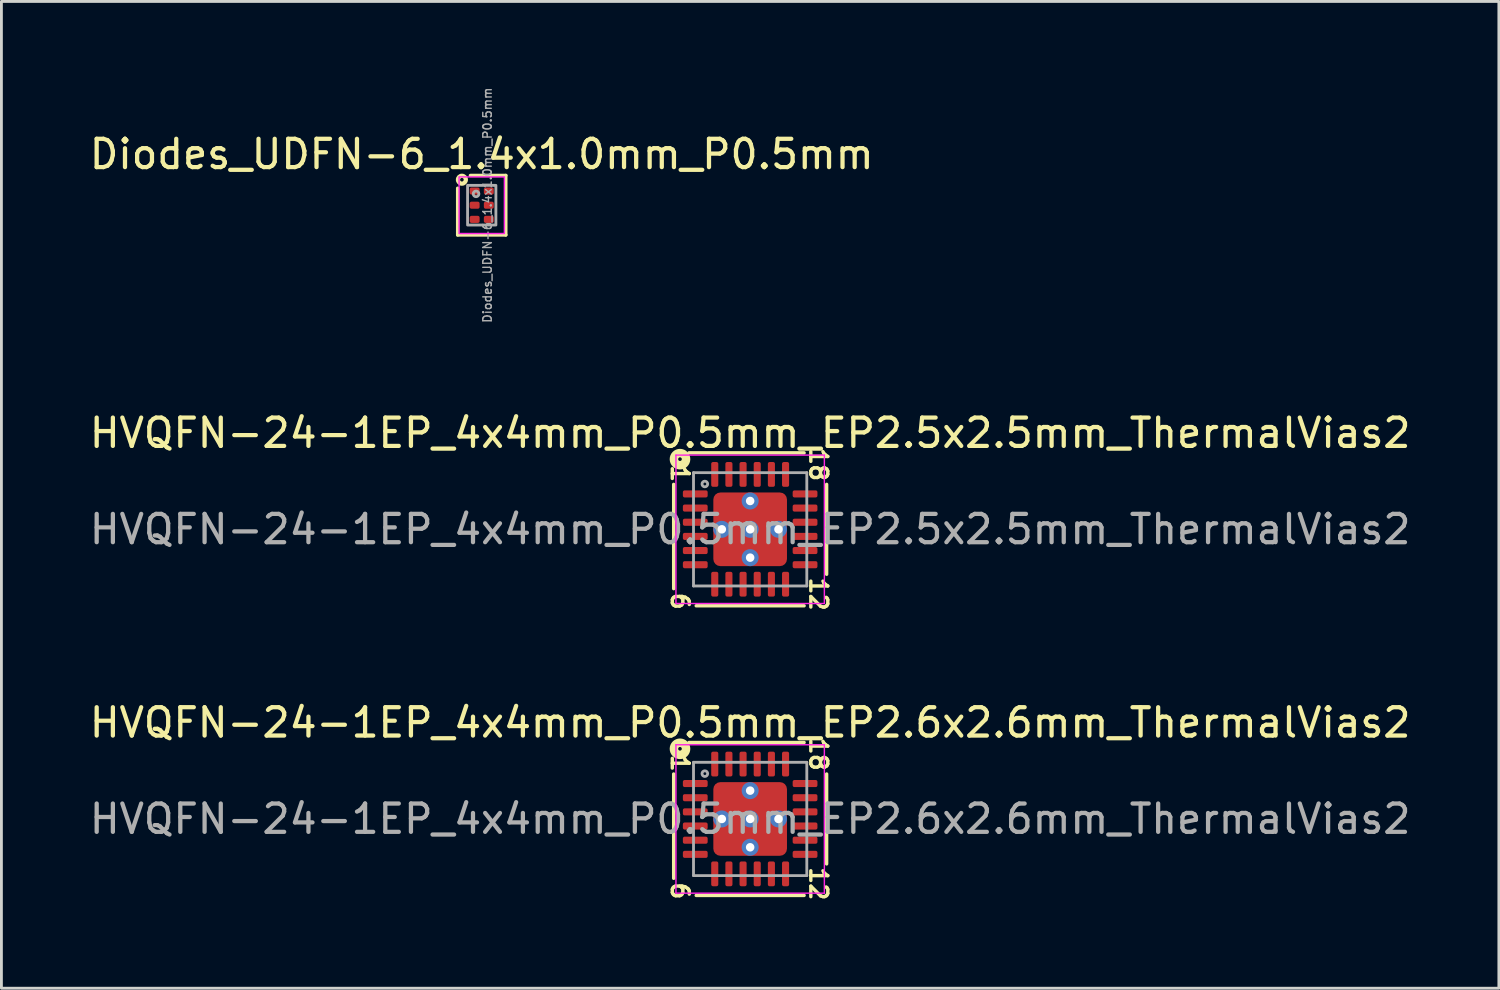
<source format=kicad_pcb>
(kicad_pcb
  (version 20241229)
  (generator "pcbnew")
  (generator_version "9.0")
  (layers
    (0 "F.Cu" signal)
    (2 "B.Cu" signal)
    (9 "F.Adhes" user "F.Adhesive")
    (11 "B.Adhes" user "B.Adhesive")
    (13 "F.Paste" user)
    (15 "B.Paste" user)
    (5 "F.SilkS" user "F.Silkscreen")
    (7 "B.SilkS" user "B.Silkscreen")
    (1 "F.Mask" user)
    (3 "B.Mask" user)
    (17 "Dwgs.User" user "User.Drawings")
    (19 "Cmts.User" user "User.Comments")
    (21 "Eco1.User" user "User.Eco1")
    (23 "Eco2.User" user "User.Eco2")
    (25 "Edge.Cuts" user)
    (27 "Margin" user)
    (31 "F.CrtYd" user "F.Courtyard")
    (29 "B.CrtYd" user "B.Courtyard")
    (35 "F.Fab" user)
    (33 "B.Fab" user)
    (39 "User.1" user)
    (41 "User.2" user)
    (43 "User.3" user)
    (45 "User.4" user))
  (footprint "HVQFN-24-1EP_4x4mm_P0.5mm_EP2.5x2.5mm_ThermalVias2"
    (layer "F.Cu")
    (at 23.435 15.638)
    (property "Reference" "HVQFN-24-1EP_4x4mm_P0.5mm_EP2.5x2.5mm_ThermalVias2" (at 0 -3.4 0) (layer "F.SilkS") (effects (font (size 1 1) (thickness 0.15))))
    (attr smd)
    (fp_line (start -2.7 2.095) (end -2.7 -1.587) (stroke (width 0.12) (type solid)) (layer "F.SilkS"))
    (fp_line (start -2.159 -2.7) (end 1.905 -2.7) (stroke (width 0.12) (type solid)) (layer "F.SilkS"))
    (fp_line (start 1.905 2.7) (end -1.905 2.7) (stroke (width 0.12) (type solid)) (layer "F.SilkS"))
    (fp_line (start 2.7 -1.587) (end 2.7 1.587) (stroke (width 0.12) (type solid)) (layer "F.SilkS"))
    (fp_circle (center -2.477 -2.477) (end -2.413 -2.477) (stroke (width 0.3) (type solid)) (fill no) (layer "F.SilkS"))
    (fp_line (start -2.62 -2.62) (end -2.62 2.62) (stroke (width 0.05) (type solid)) (layer "F.CrtYd"))
    (fp_line (start -2.62 2.62) (end 2.62 2.62) (stroke (width 0.05) (type solid)) (layer "F.CrtYd"))
    (fp_line (start 2.62 -2.62) (end -2.62 -2.62) (stroke (width 0.05) (type solid)) (layer "F.CrtYd"))
    (fp_line (start 2.62 2.62) (end 2.62 -2.62) (stroke (width 0.05) (type solid)) (layer "F.CrtYd"))
    (fp_line (start -2 -2) (end 2 -2) (stroke (width 0.1) (type solid)) (layer "F.Fab"))
    (fp_line (start -2 2) (end -2 -2) (stroke (width 0.1) (type solid)) (layer "F.Fab"))
    (fp_line (start 2 -2) (end 2 2) (stroke (width 0.1) (type solid)) (layer "F.Fab"))
    (fp_line (start 2 2) (end -2 2) (stroke (width 0.1) (type solid)) (layer "F.Fab"))
    (fp_circle (center -1.6 -1.6) (end -1.5 -1.6) (stroke (width 0.1) (type solid)) (fill no) (layer "F.Fab"))
    (fp_text user "12" (at 2.413 2.286 270) (unlocked yes) (layer "F.SilkS") (effects (font (size 0.6 0.6) (thickness 0.12))))
    (fp_text user "1" (at -2.477 -1.968 270) (unlocked yes) (layer "F.SilkS") (effects (font (size 0.6 0.6) (thickness 0.12))))
    (fp_text user "6" (at -2.477 2.54 270) (unlocked yes) (layer "F.SilkS") (effects (font (size 0.6 0.6) (thickness 0.12))))
    (fp_text user "18" (at 2.413 -2.286 270) (unlocked yes) (layer "F.SilkS") (effects (font (size 0.6 0.6) (thickness 0.12))))
    (fp_text user "${REFERENCE}" (at 0 0 0) (layer "F.Fab") (effects (font (size 1 1) (thickness 0.15))))
    (pad "" smd roundrect (at -0.75 -0.75) (size 0.7 0.7) (layers "F.Paste") (roundrect_rratio 0.25))
    (pad "" smd roundrect (at -0.75 -0.75) (size 0.9 0.9) (layers "F.Mask") (roundrect_rratio 0.25))
    (pad "" smd roundrect (at -0.75 0.75) (size 0.7 0.7) (layers "F.Paste") (roundrect_rratio 0.25))
    (pad "" smd roundrect (at -0.75 0.75) (size 0.9 0.9) (layers "F.Mask") (roundrect_rratio 0.25))
    (pad "" smd roundrect (at 0.75 -0.75) (size 0.7 0.7) (layers "F.Paste") (roundrect_rratio 0.25))
    (pad "" smd roundrect (at 0.75 -0.75) (size 0.9 0.9) (layers "F.Mask") (roundrect_rratio 0.25))
    (pad "" smd roundrect (at 0.75 0.75) (size 0.7 0.7) (layers "F.Paste") (roundrect_rratio 0.25))
    (pad "" smd roundrect (at 0.75 0.75) (size 0.9 0.9) (layers "F.Mask") (roundrect_rratio 0.25))
    (pad "1" smd roundrect (at -1.938 -1.25) (size 0.875 0.25) (layers "F.Cu" "F.Mask" "F.Paste") (roundrect_rratio 0.25))
    (pad "2" smd roundrect (at -1.938 -0.75) (size 0.875 0.25) (layers "F.Cu" "F.Mask" "F.Paste") (roundrect_rratio 0.25))
    (pad "3" smd roundrect (at -1.938 -0.25) (size 0.875 0.25) (layers "F.Cu" "F.Mask" "F.Paste") (roundrect_rratio 0.25))
    (pad "4" smd roundrect (at -1.938 0.25) (size 0.875 0.25) (layers "F.Cu" "F.Mask" "F.Paste") (roundrect_rratio 0.25))
    (pad "5" smd roundrect (at -1.938 0.75) (size 0.875 0.25) (layers "F.Cu" "F.Mask" "F.Paste") (roundrect_rratio 0.25))
    (pad "6" smd roundrect (at -1.938 1.25) (size 0.875 0.25) (layers "F.Cu" "F.Mask" "F.Paste") (roundrect_rratio 0.25))
    (pad "7" smd roundrect (at -1.25 1.938) (size 0.25 0.875) (layers "F.Cu" "F.Mask" "F.Paste") (roundrect_rratio 0.25))
    (pad "8" smd roundrect (at -0.75 1.938) (size 0.25 0.875) (layers "F.Cu" "F.Mask" "F.Paste") (roundrect_rratio 0.25))
    (pad "9" smd roundrect (at -0.25 1.938) (size 0.25 0.875) (layers "F.Cu" "F.Mask" "F.Paste") (roundrect_rratio 0.25))
    (pad "10" smd roundrect (at 0.25 1.938) (size 0.25 0.875) (layers "F.Cu" "F.Mask" "F.Paste") (roundrect_rratio 0.25))
    (pad "11" smd roundrect (at 0.75 1.938) (size 0.25 0.875) (layers "F.Cu" "F.Mask" "F.Paste") (roundrect_rratio 0.25))
    (pad "12" smd roundrect (at 1.25 1.938) (size 0.25 0.875) (layers "F.Cu" "F.Mask" "F.Paste") (roundrect_rratio 0.25))
    (pad "13" smd roundrect (at 1.938 1.25) (size 0.875 0.25) (layers "F.Cu" "F.Mask" "F.Paste") (roundrect_rratio 0.25))
    (pad "14" smd roundrect (at 1.938 0.75) (size 0.875 0.25) (layers "F.Cu" "F.Mask" "F.Paste") (roundrect_rratio 0.25))
    (pad "15" smd roundrect (at 1.938 0.25) (size 0.875 0.25) (layers "F.Cu" "F.Mask" "F.Paste") (roundrect_rratio 0.25))
    (pad "16" smd roundrect (at 1.938 -0.25) (size 0.875 0.25) (layers "F.Cu" "F.Mask" "F.Paste") (roundrect_rratio 0.25))
    (pad "17" smd roundrect (at 1.938 -0.75) (size 0.875 0.25) (layers "F.Cu" "F.Mask" "F.Paste") (roundrect_rratio 0.25))
    (pad "18" smd roundrect (at 1.938 -1.25) (size 0.875 0.25) (layers "F.Cu" "F.Mask" "F.Paste") (roundrect_rratio 0.25))
    (pad "19" smd roundrect (at 1.25 -1.938) (size 0.25 0.875) (layers "F.Cu" "F.Mask" "F.Paste") (roundrect_rratio 0.25))
    (pad "20" smd roundrect (at 0.75 -1.938) (size 0.25 0.875) (layers "F.Cu" "F.Mask" "F.Paste") (roundrect_rratio 0.25))
    (pad "21" smd roundrect (at 0.25 -1.938) (size 0.25 0.875) (layers "F.Cu" "F.Mask" "F.Paste") (roundrect_rratio 0.25))
    (pad "22" smd roundrect (at -0.25 -1.938) (size 0.25 0.875) (layers "F.Cu" "F.Mask" "F.Paste") (roundrect_rratio 0.25))
    (pad "23" smd roundrect (at -0.75 -1.938) (size 0.25 0.875) (layers "F.Cu" "F.Mask" "F.Paste") (roundrect_rratio 0.25))
    (pad "24" smd roundrect (at -1.25 -1.938) (size 0.25 0.875) (layers "F.Cu" "F.Mask" "F.Paste") (roundrect_rratio 0.25))
    (pad "25" thru_hole circle (at -1 0) (size 0.6 0.6) (drill 0.3) (property pad_prop_heatsink) (layers "*.Cu" "*.Mask"))
    (pad "25" thru_hole circle (at 0 -1) (size 0.6 0.6) (drill 0.3) (property pad_prop_heatsink) (layers "*.Cu" "*.Mask"))
    (pad "25" thru_hole circle (at 0 0) (size 0.6 0.6) (drill 0.3) (property pad_prop_heatsink) (layers "*.Cu" "*.Mask"))
    (pad "25" smd roundrect (at 0 0) (size 2.6 2.6) (layers "F.Cu") (roundrect_rratio 0.096))
    (pad "25" thru_hole circle (at 0 1) (size 0.6 0.6) (drill 0.3) (property pad_prop_heatsink) (layers "*.Cu" "*.Mask"))
    (pad "25" thru_hole circle (at 1 0) (size 0.6 0.6) (drill 0.3) (property pad_prop_heatsink) (layers "*.Cu" "*.Mask")))
  (footprint "Diodes_UDFN-6_1.4x1.0mm_P0.5mm"
    (layer "F.Cu")
    (at 13.958 4.195)
    (property "Reference" "Diodes_UDFN-6_1.4x1.0mm_P0.5mm" (at 0 -1.8 0) (layer "F.SilkS") (effects (font (size 1 1) (thickness 0.15))))
    (attr smd)
    (fp_line (start -0.85 1.05) (end -0.85 -0.6) (stroke (width 0.12) (type solid)) (layer "F.SilkS"))
    (fp_line (start -0.4 -1.05) (end 0.85 -1.05) (stroke (width 0.12) (type solid)) (layer "F.SilkS"))
    (fp_line (start 0.85 -1.05) (end 0.85 1.05) (stroke (width 0.12) (type solid)) (layer "F.SilkS"))
    (fp_line (start 0.85 1.05) (end -0.85 1.05) (stroke (width 0.12) (type solid)) (layer "F.SilkS"))
    (fp_circle (center -0.7 -0.9) (end -0.636 -0.9) (stroke (width 0.15) (type solid)) (fill no) (layer "F.SilkS"))
    (fp_rect (start -0.8 -1) (end 0.8 1) (stroke (width 0.05) (type solid)) (fill no) (layer "F.CrtYd"))
    (fp_rect (start -0.5 0.7) (end 0.5 -0.7) (stroke (width 0.1) (type solid)) (fill no) (layer "F.Fab"))
    (fp_circle (center -0.2 -0.4) (end -0.2 -0.5) (stroke (width 0.1) (type solid)) (fill no) (layer "F.Fab"))
    (fp_text user "${REFERENCE}" (at 0.2 0 90) (layer "F.Fab") (effects (font (size 0.3 0.3) (thickness 0.05))))
    (pad "1" smd roundrect (at -0.25 -0.5) (size 0.35 0.25) (layers "F.Cu" "F.Mask" "F.Paste") (roundrect_rratio 0.25))
    (pad "2" smd roundrect (at -0.25 0) (size 0.35 0.25) (layers "F.Cu" "F.Mask" "F.Paste") (roundrect_rratio 0.25))
    (pad "3" smd roundrect (at -0.25 0.5) (size 0.35 0.25) (layers "F.Cu" "F.Mask" "F.Paste") (roundrect_rratio 0.25))
    (pad "4" smd roundrect (at 0.25 0.5) (size 0.35 0.25) (layers "F.Cu" "F.Mask" "F.Paste") (roundrect_rratio 0.25))
    (pad "5" smd roundrect (at 0.25 0) (size 0.35 0.25) (layers "F.Cu" "F.Mask" "F.Paste") (roundrect_rratio 0.25))
    (pad "6" smd roundrect (at 0.25 -0.5) (size 0.35 0.25) (layers "F.Cu" "F.Mask" "F.Paste") (roundrect_rratio 0.25)))
  (footprint "HVQFN-24-1EP_4x4mm_P0.5mm_EP2.6x2.6mm_ThermalVias2"
    (layer "F.Cu")
    (at 23.435 25.864)
    (property "Reference" "HVQFN-24-1EP_4x4mm_P0.5mm_EP2.6x2.6mm_ThermalVias2" (at 0 -3.4 0) (layer "F.SilkS") (effects (font (size 1 1) (thickness 0.15))))
    (attr smd)
    (fp_line (start -2.7 2.095) (end -2.7 -1.587) (stroke (width 0.12) (type solid)) (layer "F.SilkS"))
    (fp_line (start -2.159 -2.7) (end 1.905 -2.7) (stroke (width 0.12) (type solid)) (layer "F.SilkS"))
    (fp_line (start 1.905 2.7) (end -1.905 2.7) (stroke (width 0.12) (type solid)) (layer "F.SilkS"))
    (fp_line (start 2.7 -1.587) (end 2.7 1.587) (stroke (width 0.12) (type solid)) (layer "F.SilkS"))
    (fp_circle (center -2.477 -2.477) (end -2.413 -2.477) (stroke (width 0.3) (type solid)) (fill no) (layer "F.SilkS"))
    (fp_line (start -2.62 -2.62) (end -2.62 2.62) (stroke (width 0.05) (type solid)) (layer "F.CrtYd"))
    (fp_line (start -2.62 2.62) (end 2.62 2.62) (stroke (width 0.05) (type solid)) (layer "F.CrtYd"))
    (fp_line (start 2.62 -2.62) (end -2.62 -2.62) (stroke (width 0.05) (type solid)) (layer "F.CrtYd"))
    (fp_line (start 2.62 2.62) (end 2.62 -2.62) (stroke (width 0.05) (type solid)) (layer "F.CrtYd"))
    (fp_line (start -2 -2) (end 2 -2) (stroke (width 0.1) (type solid)) (layer "F.Fab"))
    (fp_line (start -2 2) (end -2 -2) (stroke (width 0.1) (type solid)) (layer "F.Fab"))
    (fp_line (start 2 -2) (end 2 2) (stroke (width 0.1) (type solid)) (layer "F.Fab"))
    (fp_line (start 2 2) (end -2 2) (stroke (width 0.1) (type solid)) (layer "F.Fab"))
    (fp_circle (center -1.6 -1.6) (end -1.5 -1.6) (stroke (width 0.1) (type solid)) (fill no) (layer "F.Fab"))
    (fp_text user "12" (at 2.413 2.286 270) (unlocked yes) (layer "F.SilkS") (effects (font (size 0.6 0.6) (thickness 0.12))))
    (fp_text user "1" (at -2.477 -1.968 270) (unlocked yes) (layer "F.SilkS") (effects (font (size 0.6 0.6) (thickness 0.12))))
    (fp_text user "18" (at 2.413 -2.286 270) (unlocked yes) (layer "F.SilkS") (effects (font (size 0.6 0.6) (thickness 0.12))))
    (fp_text user "6" (at -2.477 2.54 270) (unlocked yes) (layer "F.SilkS") (effects (font (size 0.6 0.6) (thickness 0.12))))
    (fp_text user "${REFERENCE}" (at 0 0 0) (layer "F.Fab") (effects (font (size 1 1) (thickness 0.15))))
    (pad "" smd roundrect (at -0.75 -0.75) (size 0.7 0.7) (layers "F.Paste") (roundrect_rratio 0.25))
    (pad "" smd roundrect (at -0.75 -0.75) (size 0.9 0.9) (layers "F.Mask") (roundrect_rratio 0.25))
    (pad "" smd roundrect (at -0.75 0.75) (size 0.7 0.7) (layers "F.Paste") (roundrect_rratio 0.25))
    (pad "" smd roundrect (at -0.75 0.75) (size 0.9 0.9) (layers "F.Mask") (roundrect_rratio 0.25))
    (pad "" smd roundrect (at 0.75 -0.75) (size 0.7 0.7) (layers "F.Paste") (roundrect_rratio 0.25))
    (pad "" smd roundrect (at 0.75 -0.75) (size 0.9 0.9) (layers "F.Mask") (roundrect_rratio 0.25))
    (pad "" smd roundrect (at 0.75 0.75) (size 0.7 0.7) (layers "F.Paste") (roundrect_rratio 0.25))
    (pad "" smd roundrect (at 0.75 0.75) (size 0.9 0.9) (layers "F.Mask") (roundrect_rratio 0.25))
    (pad "1" smd roundrect (at -1.938 -1.25) (size 0.875 0.25) (layers "F.Cu" "F.Mask" "F.Paste") (roundrect_rratio 0.25))
    (pad "2" smd roundrect (at -1.938 -0.75) (size 0.875 0.25) (layers "F.Cu" "F.Mask" "F.Paste") (roundrect_rratio 0.25))
    (pad "3" smd roundrect (at -1.938 -0.25) (size 0.875 0.25) (layers "F.Cu" "F.Mask" "F.Paste") (roundrect_rratio 0.25))
    (pad "4" smd roundrect (at -1.938 0.25) (size 0.875 0.25) (layers "F.Cu" "F.Mask" "F.Paste") (roundrect_rratio 0.25))
    (pad "5" smd roundrect (at -1.938 0.75) (size 0.875 0.25) (layers "F.Cu" "F.Mask" "F.Paste") (roundrect_rratio 0.25))
    (pad "6" smd roundrect (at -1.938 1.25) (size 0.875 0.25) (layers "F.Cu" "F.Mask" "F.Paste") (roundrect_rratio 0.25))
    (pad "7" smd roundrect (at -1.25 1.938) (size 0.25 0.875) (layers "F.Cu" "F.Mask" "F.Paste") (roundrect_rratio 0.25))
    (pad "8" smd roundrect (at -0.75 1.938) (size 0.25 0.875) (layers "F.Cu" "F.Mask" "F.Paste") (roundrect_rratio 0.25))
    (pad "9" smd roundrect (at -0.25 1.938) (size 0.25 0.875) (layers "F.Cu" "F.Mask" "F.Paste") (roundrect_rratio 0.25))
    (pad "10" smd roundrect (at 0.25 1.938) (size 0.25 0.875) (layers "F.Cu" "F.Mask" "F.Paste") (roundrect_rratio 0.25))
    (pad "11" smd roundrect (at 0.75 1.938) (size 0.25 0.875) (layers "F.Cu" "F.Mask" "F.Paste") (roundrect_rratio 0.25))
    (pad "12" smd roundrect (at 1.25 1.938) (size 0.25 0.875) (layers "F.Cu" "F.Mask" "F.Paste") (roundrect_rratio 0.25))
    (pad "13" smd roundrect (at 1.938 1.25) (size 0.875 0.25) (layers "F.Cu" "F.Mask" "F.Paste") (roundrect_rratio 0.25))
    (pad "14" smd roundrect (at 1.938 0.75) (size 0.875 0.25) (layers "F.Cu" "F.Mask" "F.Paste") (roundrect_rratio 0.25))
    (pad "15" smd roundrect (at 1.938 0.25) (size 0.875 0.25) (layers "F.Cu" "F.Mask" "F.Paste") (roundrect_rratio 0.25))
    (pad "16" smd roundrect (at 1.938 -0.25) (size 0.875 0.25) (layers "F.Cu" "F.Mask" "F.Paste") (roundrect_rratio 0.25))
    (pad "17" smd roundrect (at 1.938 -0.75) (size 0.875 0.25) (layers "F.Cu" "F.Mask" "F.Paste") (roundrect_rratio 0.25))
    (pad "18" smd roundrect (at 1.938 -1.25) (size 0.875 0.25) (layers "F.Cu" "F.Mask" "F.Paste") (roundrect_rratio 0.25))
    (pad "19" smd roundrect (at 1.25 -1.938) (size 0.25 0.875) (layers "F.Cu" "F.Mask" "F.Paste") (roundrect_rratio 0.25))
    (pad "20" smd roundrect (at 0.75 -1.938) (size 0.25 0.875) (layers "F.Cu" "F.Mask" "F.Paste") (roundrect_rratio 0.25))
    (pad "21" smd roundrect (at 0.25 -1.938) (size 0.25 0.875) (layers "F.Cu" "F.Mask" "F.Paste") (roundrect_rratio 0.25))
    (pad "22" smd roundrect (at -0.25 -1.938) (size 0.25 0.875) (layers "F.Cu" "F.Mask" "F.Paste") (roundrect_rratio 0.25))
    (pad "23" smd roundrect (at -0.75 -1.938) (size 0.25 0.875) (layers "F.Cu" "F.Mask" "F.Paste") (roundrect_rratio 0.25))
    (pad "24" smd roundrect (at -1.25 -1.938) (size 0.25 0.875) (layers "F.Cu" "F.Mask" "F.Paste") (roundrect_rratio 0.25))
    (pad "25" thru_hole circle (at -1 0) (size 0.6 0.6) (drill 0.3) (property pad_prop_heatsink) (layers "*.Cu" "*.Mask"))
    (pad "25" thru_hole circle (at 0 -1) (size 0.6 0.6) (drill 0.3) (property pad_prop_heatsink) (layers "*.Cu" "*.Mask"))
    (pad "25" thru_hole circle (at 0 0) (size 0.6 0.6) (drill 0.3) (property pad_prop_heatsink) (layers "*.Cu" "*.Mask"))
    (pad "25" smd roundrect (at 0 0) (size 2.6 2.6) (layers "F.Cu") (roundrect_rratio 0.096))
    (pad "25" thru_hole circle (at 0 1) (size 0.6 0.6) (drill 0.3) (property pad_prop_heatsink) (layers "*.Cu" "*.Mask"))
    (pad "25" thru_hole circle (at 1 0) (size 0.6 0.6) (drill 0.3) (property pad_prop_heatsink) (layers "*.Cu" "*.Mask")))
  (gr_rect
    (start -3 -3)
    (end 49.869 31.841)
    (stroke (width 0.1) (type default))
    (fill no)
    (layer "Edge.Cuts")))
</source>
